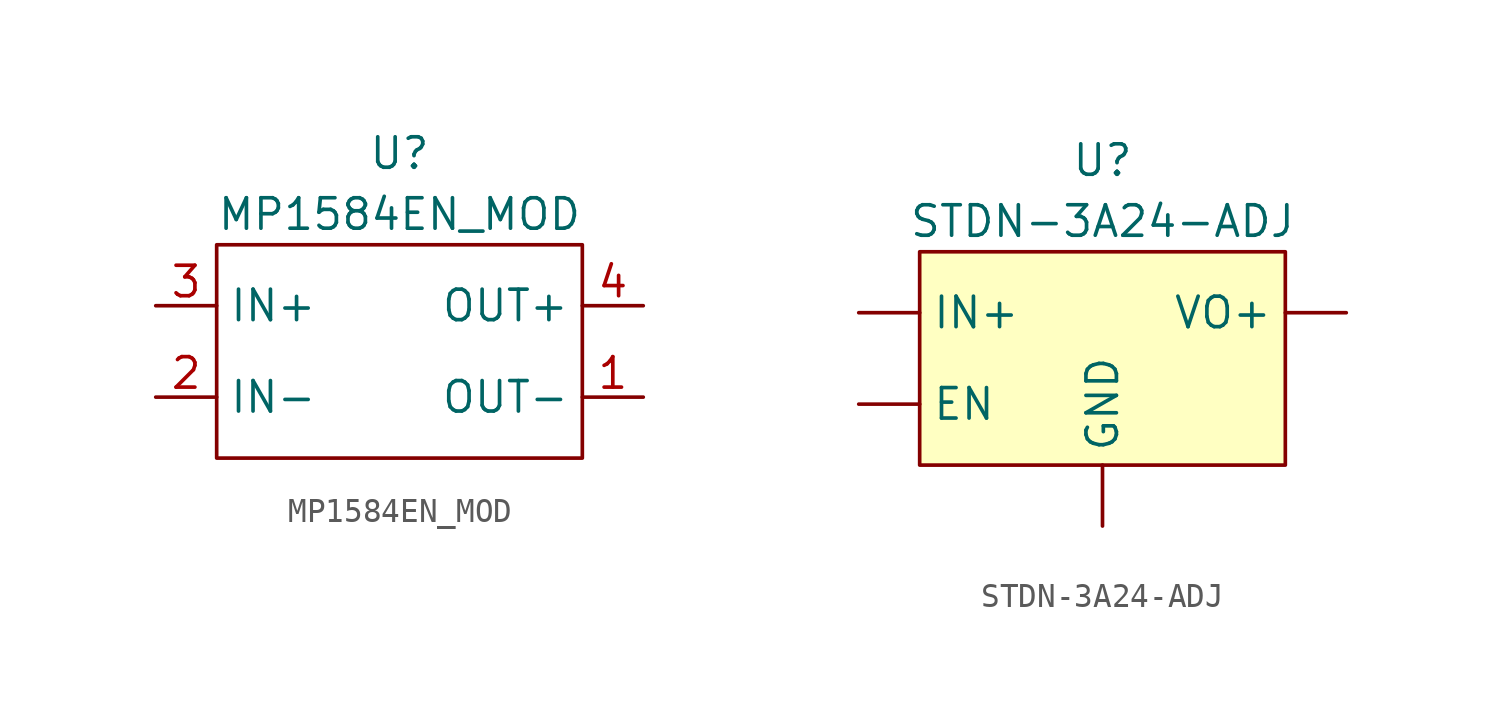
<source format=kicad_sym>
(kicad_symbol_lib
  (version 20220914)
  (generator kicad_symbol_editor)
  (symbol "MP1584EN_MOD"
    (property "Reference" "U"
      (at 0 0 0)
      (effects (font (size 1.27 1.27))))
    (property "Value" "MP1584EN_MOD"
      (at 0 -2.54 0)
      (effects (font (size 1.27 1.27))))
    (symbol "MP1584EN_MOD_0_1"
      (rectangle (start -7.62 -3.81) (end 7.62 -12.7) (stroke (width 0) (type default)) (fill (type none))))
    (symbol "MP1584EN_MOD_1_1"
      (pin power_out line (at 10.16 -10.16 180) (length 2.54) (name "OUT-" (effects (font (size 1.27 1.27)))) (number "1" (effects (font (size 1.27 1.27)))))
      (pin power_in line (at -10.16 -10.16 0) (length 2.54) (name "IN-" (effects (font (size 1.27 1.27)))) (number "2" (effects (font (size 1.27 1.27)))))
      (pin power_in line (at -10.16 -6.35 0) (length 2.54) (name "IN+" (effects (font (size 1.27 1.27)))) (number "3" (effects (font (size 1.27 1.27)))))
      (pin power_out line (at 10.16 -6.35 180) (length 2.54) (name "OUT+" (effects (font (size 1.27 1.27)))) (number "4" (effects (font (size 1.27 1.27)))))))
  (symbol "STDN-3A24-ADJ"
    (property "Reference" "U"
      (at 0 0 0)
      (effects (font (size 1.27 1.27))))
    (property "Value" "STDN-3A24-ADJ"
      (at 0 -2.54 0)
      (effects (font (size 1.27 1.27))))
    (symbol "STDN-3A24-ADJ_1_1"
      (rectangle (start -7.62 -3.81) (end 7.62 -12.7) (stroke (width 0) (type default)) (fill (type background)))
      (pin input line (at -10.16 -10.16 0) (length 2.54) (name "EN" (effects (font (size 1.27 1.27)))) (number "" (effects (font (size 1.27 1.27)))))
      (pin bidirectional line (at 0 -15.24 90) (length 2.54) (name "GND" (effects (font (size 1.27 1.27)))) (number "" (effects (font (size 1.27 1.27)))))
      (pin power_in line (at -10.16 -6.35 0) (length 2.54) (name "IN+" (effects (font (size 1.27 1.27)))) (number "" (effects (font (size 1.27 1.27)))))
      (pin power_out line (at 10.16 -6.35 180) (length 2.54) (name "VO+" (effects (font (size 1.27 1.27)))) (number "" (effects (font (size 1.27 1.27))))))))
</source>
